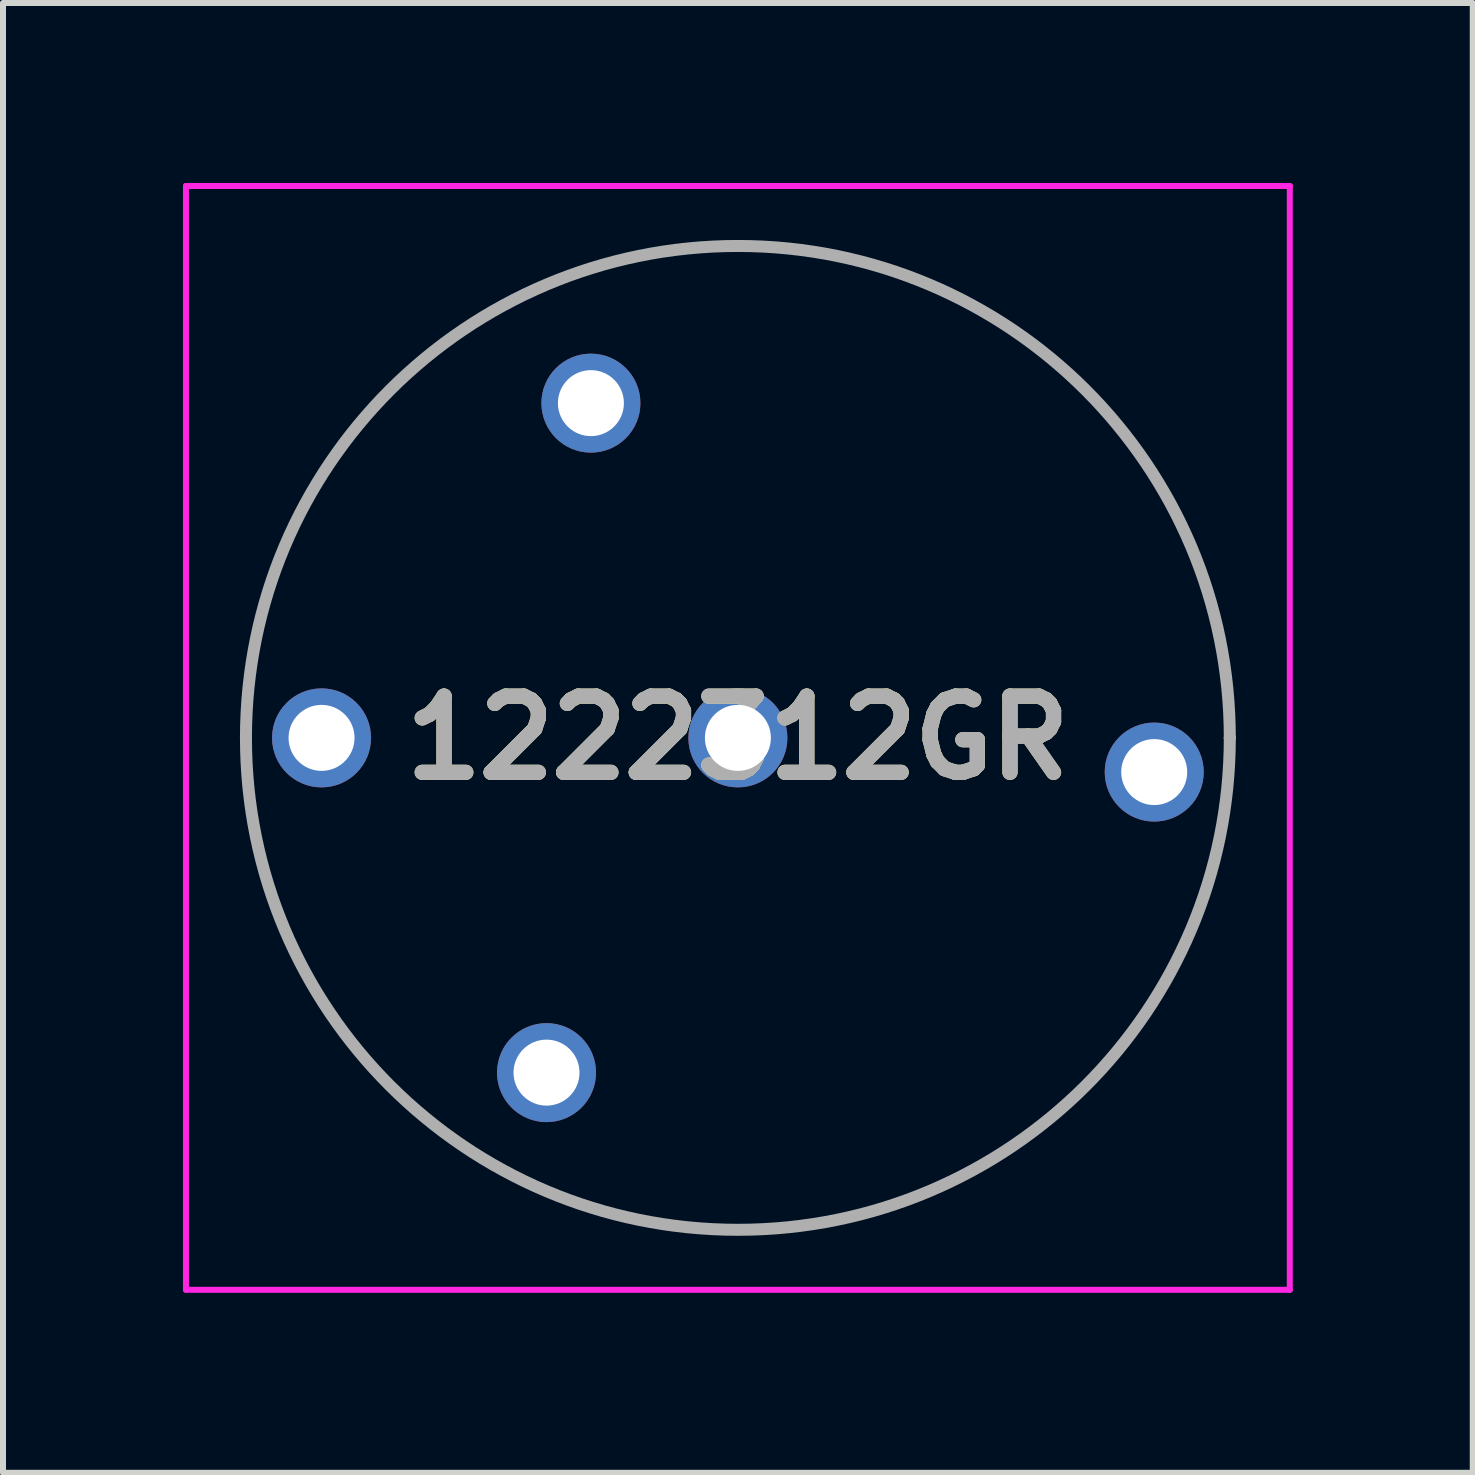
<source format=kicad_pcb>
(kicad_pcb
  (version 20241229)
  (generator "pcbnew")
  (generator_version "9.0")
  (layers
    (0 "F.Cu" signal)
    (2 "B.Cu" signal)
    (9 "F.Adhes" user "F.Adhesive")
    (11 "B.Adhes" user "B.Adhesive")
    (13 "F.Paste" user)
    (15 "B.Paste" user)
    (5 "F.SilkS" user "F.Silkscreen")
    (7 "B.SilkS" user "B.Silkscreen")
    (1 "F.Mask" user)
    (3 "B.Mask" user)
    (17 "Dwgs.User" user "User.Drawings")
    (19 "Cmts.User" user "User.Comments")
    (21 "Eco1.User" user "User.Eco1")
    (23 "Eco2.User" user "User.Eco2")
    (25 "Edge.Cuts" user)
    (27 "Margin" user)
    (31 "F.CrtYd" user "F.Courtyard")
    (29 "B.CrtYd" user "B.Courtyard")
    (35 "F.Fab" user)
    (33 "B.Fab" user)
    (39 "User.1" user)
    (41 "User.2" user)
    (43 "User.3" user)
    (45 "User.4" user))
  (footprint "1222312GR"
    (layer "F.Cu")
    (at 6.06 14.83)
    (property "Reference" "1222312GR" (at 3.19 -5.58 0) (layer "F.SilkS") (effects (font (size 1.27 1.27) (thickness 0.254))))
    (attr through_hole)
    (fp_line (start -5.01 -5.58) (end -5.01 -5.58) (stroke (width 0.1) (type solid)) (layer "F.SilkS"))
    (fp_line (start 11.39 -5.58) (end 11.39 -5.58) (stroke (width 0.1) (type solid)) (layer "F.SilkS"))
    (fp_arc (start -5.01 -5.58) (mid 3.19 -13.78) (end 11.39 -5.58) (stroke (width 0.1) (type solid)) (layer "F.SilkS"))
    (fp_arc (start 11.39 -5.58) (mid 3.19 2.62) (end -5.01 -5.58) (stroke (width 0.1) (type solid)) (layer "F.SilkS"))
    (fp_line (start -6.01 -14.78) (end 12.39 -14.78) (stroke (width 0.1) (type solid)) (layer "F.CrtYd"))
    (fp_line (start -6.01 3.62) (end -6.01 -14.78) (stroke (width 0.1) (type solid)) (layer "F.CrtYd"))
    (fp_line (start 12.39 -14.78) (end 12.39 3.62) (stroke (width 0.1) (type solid)) (layer "F.CrtYd"))
    (fp_line (start 12.39 3.62) (end -6.01 3.62) (stroke (width 0.1) (type solid)) (layer "F.CrtYd"))
    (fp_line (start -5.01 -5.58) (end -5.01 -5.58) (stroke (width 0.2) (type solid)) (layer "F.Fab"))
    (fp_line (start 11.39 -5.58) (end 11.39 -5.58) (stroke (width 0.2) (type solid)) (layer "F.Fab"))
    (fp_arc (start -5.01 -5.58) (mid 3.19 -13.78) (end 11.39 -5.58) (stroke (width 0.2) (type solid)) (layer "F.Fab"))
    (fp_arc (start 11.39 -5.58) (mid 3.19 2.62) (end -5.01 -5.58) (stroke (width 0.2) (type solid)) (layer "F.Fab"))
    (fp_text user "${REFERENCE}" (at 3.19 -5.58 0) (layer "F.Fab") (effects (font (size 1.27 1.27) (thickness 0.254))))
    (pad "1" thru_hole circle (at 0 0) (size 1.65 1.65) (drill 1.1) (layers "*.Cu" "*.Mask"))
    (pad "2" thru_hole circle (at 10.13 -5.01) (size 1.65 1.65) (drill 1.1) (layers "*.Cu" "*.Mask"))
    (pad "3" thru_hole circle (at 3.19 -5.58) (size 1.65 1.65) (drill 1.1) (layers "*.Cu" "*.Mask"))
    (pad "4" thru_hole circle (at -3.75 -5.58) (size 1.65 1.65) (drill 1.1) (layers "*.Cu" "*.Mask"))
    (pad "5" thru_hole circle (at 0.74 -11.16) (size 1.65 1.65) (drill 1.1) (layers "*.Cu" "*.Mask")))
  (gr_rect
    (start -3 -3)
    (end 21.5 21.5)
    (stroke (width 0.1) (type default))
    (fill no)
    (layer "Edge.Cuts")))
</source>
